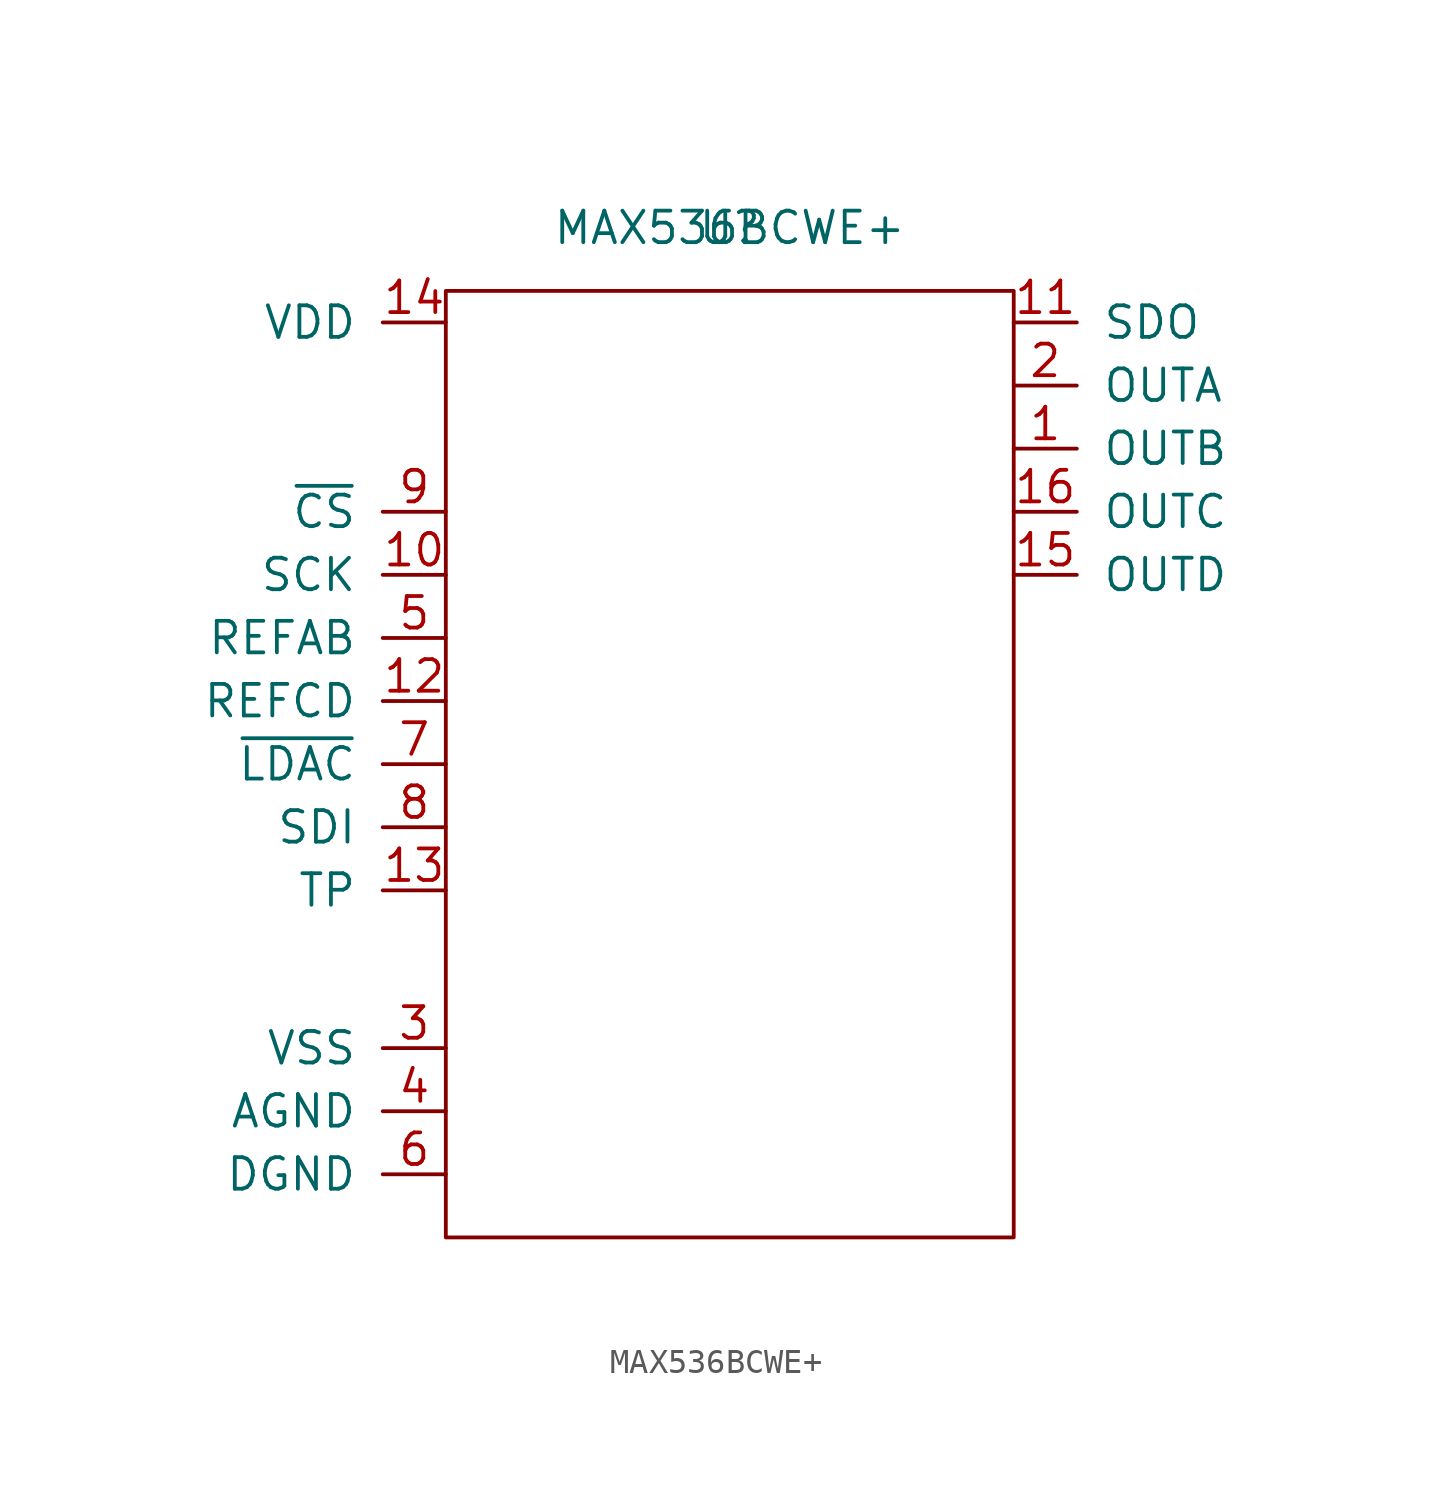
<source format=kicad_sym>
(kicad_symbol_lib
  (version 20220914)
  (generator kicad_symbol_editor)
  (symbol "MAX536BCWE+"
    (pin_names
      (offset 1.016))
    (property "Reference" "U"
      (at 0 0 0)
      (effects (font (size 1.27 1.27))))
    (property "Value" "MAX536BCWE+"
      (at 0 0 0)
      (effects (font (size 1.27 1.27))))
    (symbol "MAX536BCWE+_0_1"
      (rectangle (start -11.43 -2.54) (end 11.43 -40.64) (stroke (width 0) (type solid)) (fill (type none))))
    (symbol "MAX536BCWE+_1_1"
      (pin output line (at 11.43 -8.89 0) (length 2.54) (name "OUTB" (effects (font (size 1.27 1.27)))) (number "1" (effects (font (size 1.27 1.27)))))
      (pin input line (at -11.43 -13.97 180) (length 2.54) (name "SCK" (effects (font (size 1.27 1.27)))) (number "10" (effects (font (size 1.27 1.27)))))
      (pin output line (at 11.43 -3.81 0) (length 2.54) (name "SDO" (effects (font (size 1.27 1.27)))) (number "11" (effects (font (size 1.27 1.27)))))
      (pin input line (at -11.43 -19.05 180) (length 2.54) (name "REFCD" (effects (font (size 1.27 1.27)))) (number "12" (effects (font (size 1.27 1.27)))))
      (pin input line (at -11.43 -26.67 180) (length 2.54) (name "TP" (effects (font (size 1.27 1.27)))) (number "13" (effects (font (size 1.27 1.27)))))
      (pin power_in line (at -11.43 -3.81 180) (length 2.54) (name "VDD" (effects (font (size 1.27 1.27)))) (number "14" (effects (font (size 1.27 1.27)))))
      (pin output line (at 11.43 -13.97 0) (length 2.54) (name "OUTD" (effects (font (size 1.27 1.27)))) (number "15" (effects (font (size 1.27 1.27)))))
      (pin output line (at 11.43 -11.43 0) (length 2.54) (name "OUTC" (effects (font (size 1.27 1.27)))) (number "16" (effects (font (size 1.27 1.27)))))
      (pin output line (at 11.43 -6.35 0) (length 2.54) (name "OUTA" (effects (font (size 1.27 1.27)))) (number "2" (effects (font (size 1.27 1.27)))))
      (pin input line (at -11.43 -33.02 180) (length 2.54) (name "VSS" (effects (font (size 1.27 1.27)))) (number "3" (effects (font (size 1.27 1.27)))))
      (pin input line (at -11.43 -35.56 180) (length 2.54) (name "AGND" (effects (font (size 1.27 1.27)))) (number "4" (effects (font (size 1.27 1.27)))))
      (pin input line (at -11.43 -16.51 180) (length 2.54) (name "REFAB" (effects (font (size 1.27 1.27)))) (number "5" (effects (font (size 1.27 1.27)))))
      (pin input line (at -11.43 -38.1 180) (length 2.54) (name "DGND" (effects (font (size 1.27 1.27)))) (number "6" (effects (font (size 1.27 1.27)))))
      (pin input line (at -11.43 -21.59 180) (length 2.54) (name "~{LDAC}" (effects (font (size 1.27 1.27)))) (number "7" (effects (font (size 1.27 1.27)))))
      (pin input line (at -11.43 -24.13 180) (length 2.54) (name "SDI" (effects (font (size 1.27 1.27)))) (number "8" (effects (font (size 1.27 1.27)))))
      (pin input line (at -11.43 -11.43 180) (length 2.54) (name "~{CS}" (effects (font (size 1.27 1.27)))) (number "9" (effects (font (size 1.27 1.27))))))))
</source>
